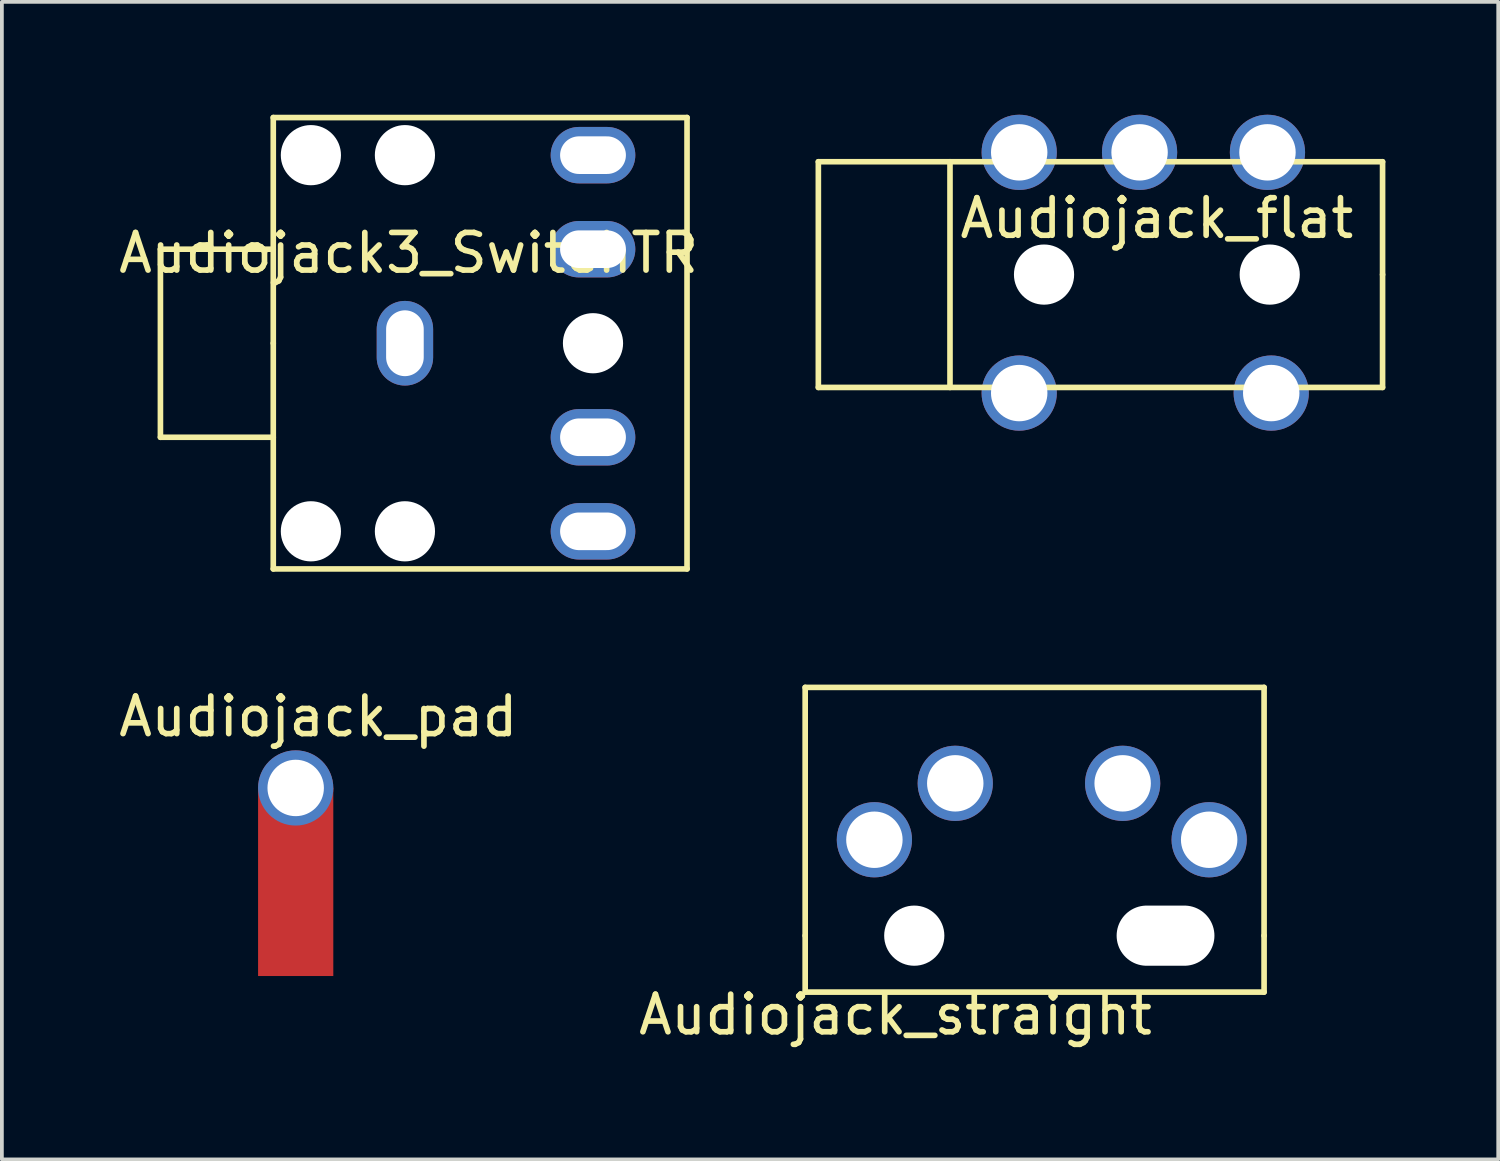
<source format=kicad_pcb>
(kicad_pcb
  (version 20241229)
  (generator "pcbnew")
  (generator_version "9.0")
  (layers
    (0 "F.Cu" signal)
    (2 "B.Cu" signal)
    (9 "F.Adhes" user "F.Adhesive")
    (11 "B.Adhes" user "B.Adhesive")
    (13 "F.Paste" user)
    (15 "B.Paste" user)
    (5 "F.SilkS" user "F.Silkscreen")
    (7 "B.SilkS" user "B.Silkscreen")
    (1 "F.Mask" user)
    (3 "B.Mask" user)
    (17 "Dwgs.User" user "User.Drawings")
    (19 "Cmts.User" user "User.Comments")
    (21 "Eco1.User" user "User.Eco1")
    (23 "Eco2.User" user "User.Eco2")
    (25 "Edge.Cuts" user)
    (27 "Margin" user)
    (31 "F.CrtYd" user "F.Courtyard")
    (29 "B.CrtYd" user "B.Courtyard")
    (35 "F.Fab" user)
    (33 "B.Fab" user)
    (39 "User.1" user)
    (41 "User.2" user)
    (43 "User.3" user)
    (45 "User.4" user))
  (footprint "Audiojack_pad"
    (layer "F.Cu")
    (at 4.811 17.898)
    (property "Reference" "Audiojack_pad" (at 0.6 -1.9 0) (layer "F.SilkS") (effects (font (size 1 1) (thickness 0.15))))
    (attr through_hole)
    (pad "1" thru_hole circle (at 0 0 90) (size 2 2) (drill 1.5) (layers "*.Cu" "*.Mask"))
    (pad "1" smd rect (at 0 2.5 90) (size 5 2) (layers "F.Cu" "F.Mask")))
  (footprint "Audiojack_flat"
    (layer "F.Cu")
    (at 27.706 2.25)
    (property "Reference" "Audiojack_flat" (at 0 0.5 0) (layer "F.SilkS") (effects (font (size 1 1) (thickness 0.15))))
    (attr through_hole)
    (fp_line (start -9 -1) (end -9 5) (stroke (width 0.15) (type solid)) (layer "F.SilkS"))
    (fp_line (start -9 5) (end 6 5) (stroke (width 0.15) (type solid)) (layer "F.SilkS"))
    (fp_line (start -5.5 5) (end -5.5 -1) (stroke (width 0.15) (type solid)) (layer "F.SilkS"))
    (fp_line (start 6 -1) (end -9 -1) (stroke (width 0.15) (type solid)) (layer "F.SilkS"))
    (fp_line (start 6 2) (end 6 -1) (stroke (width 0.15) (type solid)) (layer "F.SilkS"))
    (fp_line (start 6 5) (end 6 2) (stroke (width 0.15) (type solid)) (layer "F.SilkS"))
    (pad "" np_thru_hole circle (at -3 2) (size 1.6 1.6) (drill 1.6) (layers "*.Cu" "*.Mask"))
    (pad "" np_thru_hole circle (at 3 2) (size 1.6 1.6) (drill 1.6) (layers "*.Cu" "*.Mask"))
    (pad "R" thru_hole circle (at -0.46 -1.25 90) (size 2 2) (drill 1.5) (layers "*.Cu" "*.Mask"))
    (pad "S" thru_hole circle (at -3.66 -1.25 90) (size 2 2) (drill 1.5) (layers "*.Cu" "*.Mask"))
    (pad "S" thru_hole circle (at -3.66 5.15 90) (size 2 2) (drill 1.5) (layers "*.Cu" "*.Mask"))
    (pad "T" thru_hole circle (at 2.94 -1.25 90) (size 2 2) (drill 1.5) (layers "*.Cu" "*.Mask"))
    (pad "T" thru_hole circle (at 3.04 5.15 90) (size 2 2) (drill 1.5) (layers "*.Cu" "*.Mask")))
  (footprint "Audiojack_straight"
    (layer "F.Cu")
    (at 21.256 21.825)
    (property "Reference" "Audiojack_straight" (at -0.5 2.1 0) (layer "F.SilkS") (effects (font (size 1 1) (thickness 0.15))))
    (attr through_hole)
    (fp_line (start -2.9 -6.6) (end 9.3 -6.6) (stroke (width 0.15) (type solid)) (layer "F.SilkS"))
    (fp_line (start -2.9 0) (end -2.9 -6.6) (stroke (width 0.15) (type solid)) (layer "F.SilkS"))
    (fp_line (start -2.9 1.5) (end -2.9 0) (stroke (width 0.15) (type solid)) (layer "F.SilkS"))
    (fp_line (start 9.3 -6.6) (end 9.3 0) (stroke (width 0.15) (type solid)) (layer "F.SilkS"))
    (fp_line (start 9.3 0) (end 9.3 1.5) (stroke (width 0.15) (type solid)) (layer "F.SilkS"))
    (fp_line (start 9.3 1.5) (end -2.9 1.5) (stroke (width 0.15) (type solid)) (layer "F.SilkS"))
    (pad "" np_thru_hole circle (at 0 0) (size 1.6 1.6) (drill 1.6) (layers "*.Cu" "*.Mask"))
    (pad "" np_thru_hole oval (at 6.68 0) (size 2.6 1.6) (drill oval 2.6 1.6) (layers "*.Cu" "*.Mask"))
    (pad "R" thru_hole circle (at 1.09 -4.05) (size 2 2) (drill 1.5) (layers "*.Cu" "*.Mask"))
    (pad "S" thru_hole circle (at -1.06 -2.55) (size 2 2) (drill 1.5) (layers "*.Cu" "*.Mask"))
    (pad "T" thru_hole circle (at 5.54 -4.05 90) (size 2 2) (drill 1.5) (layers "*.Cu" "*.Mask"))
    (pad "T" thru_hole circle (at 7.84 -2.55) (size 2 2) (drill 1.5) (layers "*.Cu" "*.Mask")))
  (footprint "Audiojack3_SwitchTR"
    (layer "F.Cu")
    (at 7.715 6.075)
    (property "Reference" "Audiojack3_SwitchTR" (at 0.1 -2.4 0) (layer "F.SilkS") (effects (font (size 1 1) (thickness 0.15))))
    (attr through_hole)
    (fp_line (start -6.5 -2.5) (end -6.5 2.5) (stroke (width 0.15) (type solid)) (layer "F.SilkS"))
    (fp_line (start -6.5 2.5) (end -3.5 2.5) (stroke (width 0.15) (type solid)) (layer "F.SilkS"))
    (fp_line (start -3.5 -6) (end -3.5 0) (stroke (width 0.15) (type solid)) (layer "F.SilkS"))
    (fp_line (start -3.5 -2.5) (end -6.5 -2.5) (stroke (width 0.15) (type solid)) (layer "F.SilkS"))
    (fp_line (start -3.5 0) (end -3.5 6) (stroke (width 0.15) (type solid)) (layer "F.SilkS"))
    (fp_line (start -3.5 6) (end 7.5 6) (stroke (width 0.15) (type solid)) (layer "F.SilkS"))
    (fp_line (start 7.5 -6) (end -3.5 -6) (stroke (width 0.15) (type solid)) (layer "F.SilkS"))
    (fp_line (start 7.5 6) (end 7.5 -6) (stroke (width 0.15) (type solid)) (layer "F.SilkS"))
    (pad "" np_thru_hole circle (at -2.5 -5) (size 1.6 1.6) (drill 1.6) (layers "*.Cu" "*.Mask"))
    (pad "" np_thru_hole circle (at -2.5 5) (size 1.6 1.6) (drill 1.6) (layers "*.Cu" "*.Mask"))
    (pad "" np_thru_hole circle (at 0 -5) (size 1.6 1.6) (drill 1.6) (layers "*.Cu" "*.Mask"))
    (pad "" np_thru_hole circle (at 0 5) (size 1.6 1.6) (drill 1.6) (layers "*.Cu" "*.Mask"))
    (pad "" np_thru_hole circle (at 5 0) (size 1.6 1.6) (drill 1.6) (layers "*.Cu" "*.Mask"))
    (pad "R" thru_hole oval (at 5 -5 180) (size 2.25 1.5) (drill oval 1.75 1) (layers "*.Cu" "*.Mask"))
    (pad "RN" thru_hole oval (at 5 -2.5 180) (size 2.25 1.5) (drill oval 1.75 1) (layers "*.Cu" "*.Mask"))
    (pad "S" thru_hole oval (at 0 0 90) (size 2.25 1.5) (drill oval 1.75 1) (layers "*.Cu" "*.Mask"))
    (pad "T" thru_hole oval (at 5 5 180) (size 2.25 1.5) (drill oval 1.75 1) (layers "*.Cu" "*.Mask"))
    (pad "TN" thru_hole oval (at 5 2.5 180) (size 2.25 1.5) (drill oval 1.75 1) (layers "*.Cu" "*.Mask")))
  (gr_rect
    (start -3 -3)
    (end 36.781 27.773)
    (stroke (width 0.1) (type default))
    (fill no)
    (layer "Edge.Cuts")))
</source>
